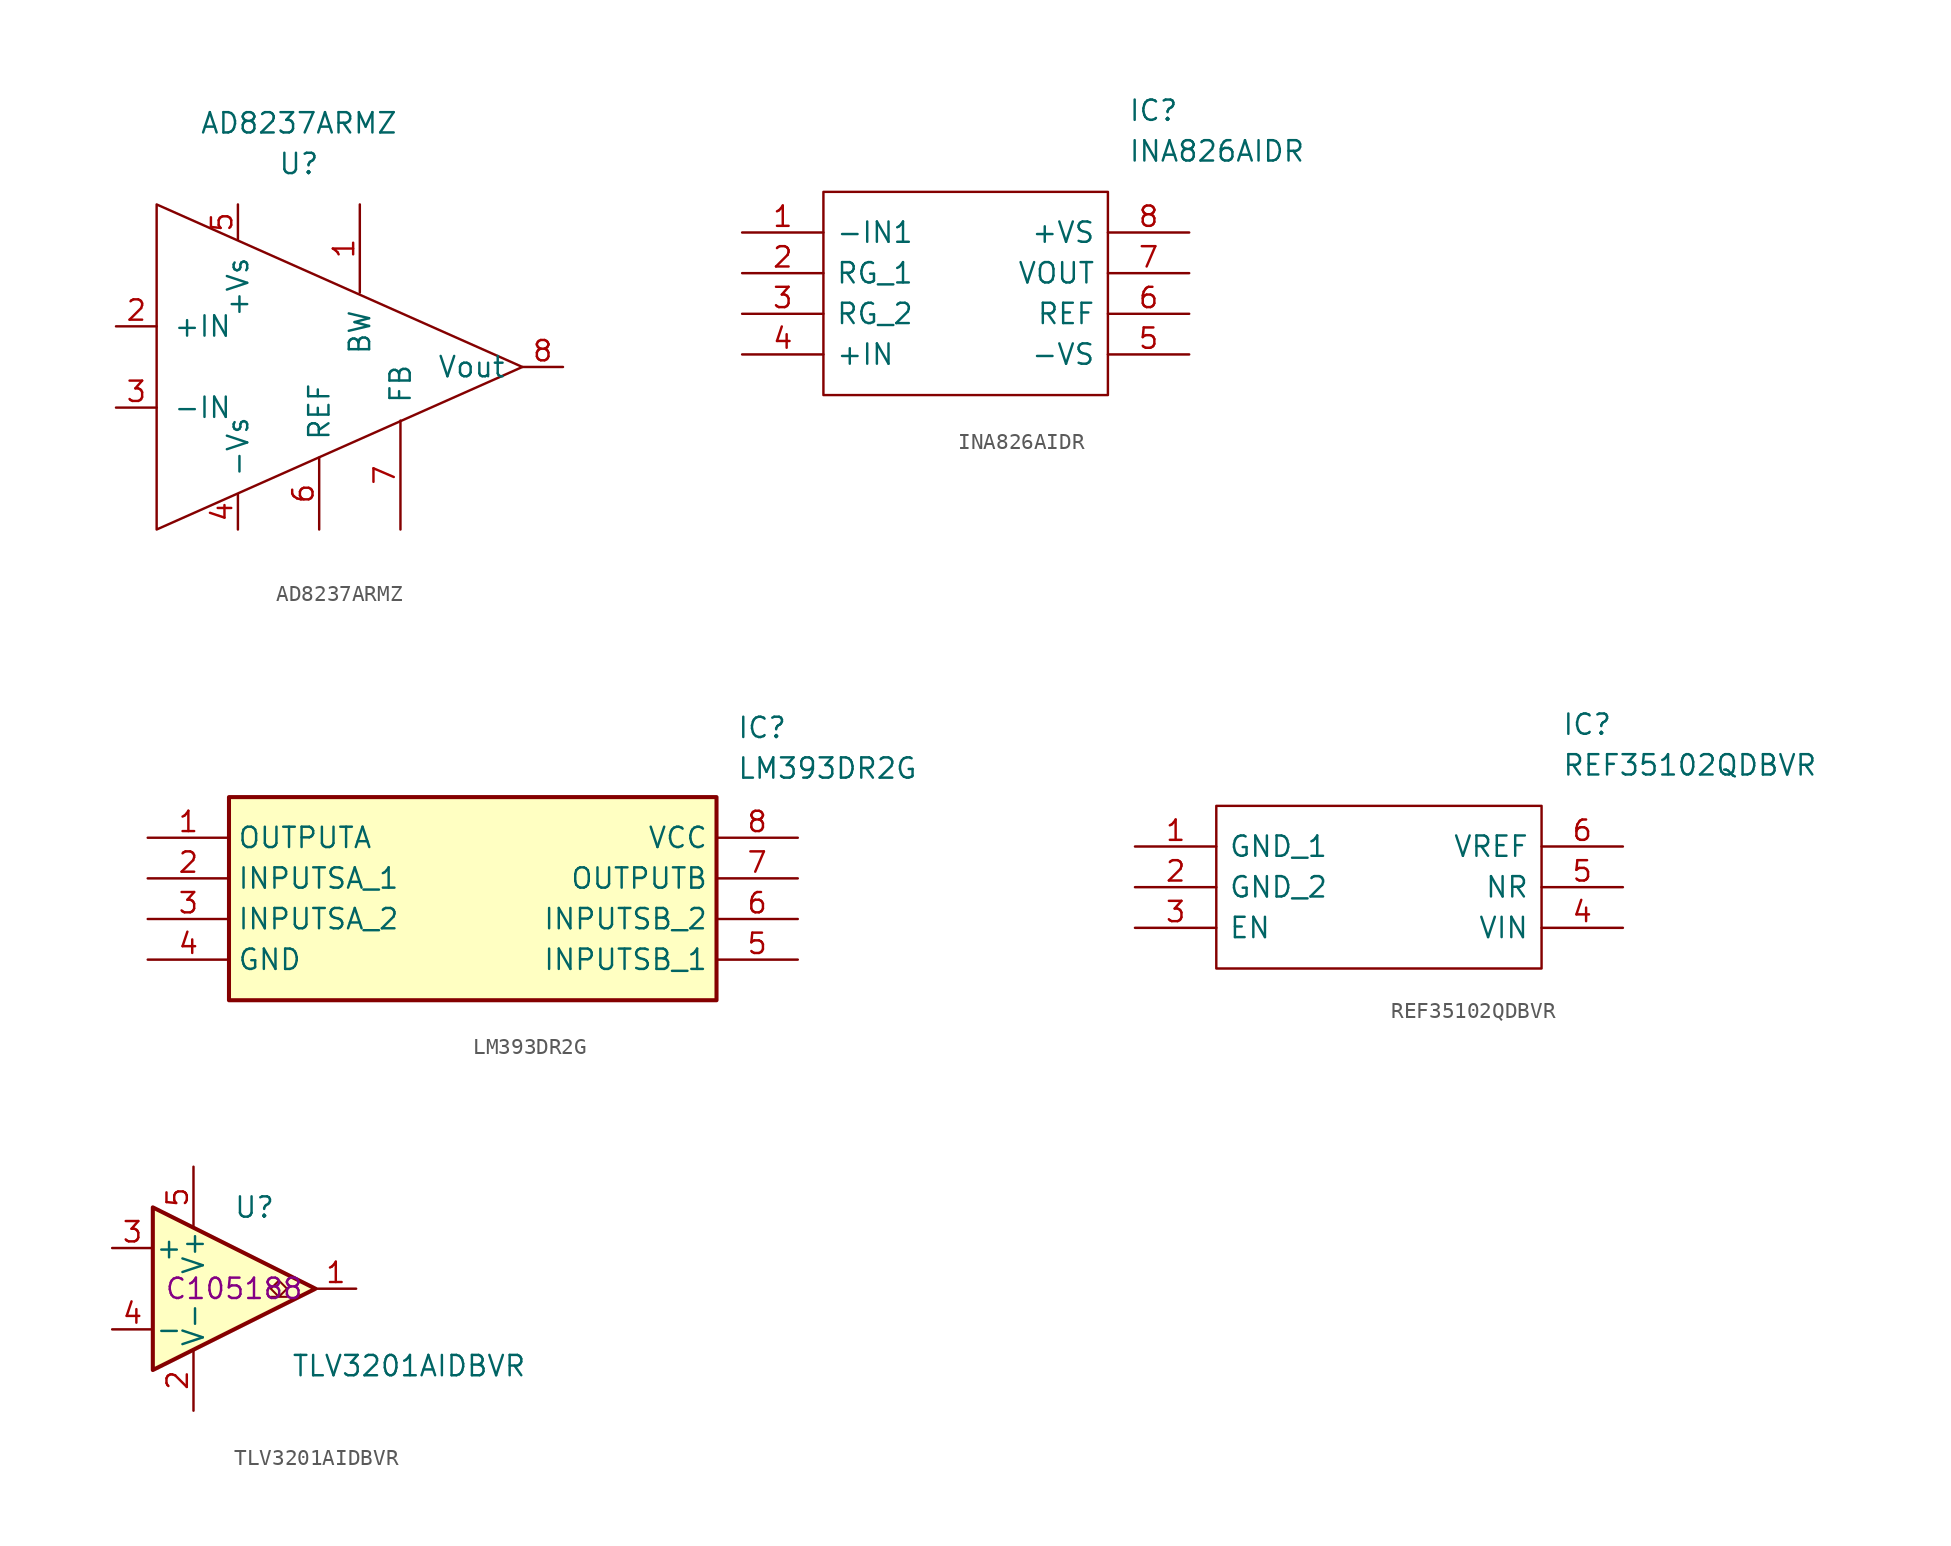
<source format=kicad_sym>
(kicad_symbol_lib
  (version 20231120)
  (generator "kicad_symbol_editor")
  (generator_version "8.0")
  (symbol "AD8237ARMZ"
    (pin_names
      (offset 1.016))
    (property "Reference" "U"
      (at 0 0 0)
      (effects (font (size 1.27 1.27))))
    (property "Value" "AD8237ARMZ"
      (at 0 2.54 0)
      (effects (font (size 1.27 1.27))))
    (symbol "AD8237ARMZ_1_1"
      (polyline (pts (xy -8.89 -2.54) (xy -8.89 -22.86) (xy 13.97 -12.7) (xy -8.89 -2.54)) (stroke (width 0) (type solid)) (fill (type none)))
      (pin input line (at 3.81 -2.54 270) (length 5.512) (name "BW" (effects (font (size 1.27 1.27)))) (number "1" (effects (font (size 1.27 1.27)))))
      (pin input line (at -11.43 -10.16 0) (length 2.54) (name "+IN" (effects (font (size 1.27 1.27)))) (number "2" (effects (font (size 1.27 1.27)))))
      (pin input line (at -11.43 -15.24 0) (length 2.54) (name "-IN" (effects (font (size 1.27 1.27)))) (number "3" (effects (font (size 1.27 1.27)))))
      (pin input line (at -3.81 -22.86 90) (length 2.21) (name "-Vs" (effects (font (size 1.27 1.27)))) (number "4" (effects (font (size 1.27 1.27)))))
      (pin input line (at -3.81 -2.54 270) (length 2.21) (name "+Vs" (effects (font (size 1.27 1.27)))) (number "5" (effects (font (size 1.27 1.27)))))
      (pin input line (at 1.27 -22.86 90) (length 4.496) (name "REF" (effects (font (size 1.27 1.27)))) (number "6" (effects (font (size 1.27 1.27)))))
      (pin input line (at 6.35 -22.86 90) (length 6.807) (name "FB" (effects (font (size 1.27 1.27)))) (number "7" (effects (font (size 1.27 1.27)))))
      (pin input line (at 16.51 -12.7 180) (length 2.54) (name "Vout" (effects (font (size 1.27 1.27)))) (number "8" (effects (font (size 1.27 1.27)))))))
  (symbol "INA826AIDR"
    (pin_names
      (offset 0.762))
    (property "Reference" "IC"
      (at 24.13 7.62 0)
      (effects (font (size 1.27 1.27)) (justify left)))
    (property "Value" "INA826AIDR"
      (at 24.13 5.08 0)
      (effects (font (size 1.27 1.27)) (justify left)))
    (symbol "INA826AIDR_0_0"
      (pin passive line (at 0 0 0) (length 5.08) (name "-IN1" (effects (font (size 1.27 1.27)))) (number "1" (effects (font (size 1.27 1.27)))))
      (pin passive line (at 0 -2.54 0) (length 5.08) (name "RG_1" (effects (font (size 1.27 1.27)))) (number "2" (effects (font (size 1.27 1.27)))))
      (pin passive line (at 0 -5.08 0) (length 5.08) (name "RG_2" (effects (font (size 1.27 1.27)))) (number "3" (effects (font (size 1.27 1.27)))))
      (pin passive line (at 0 -7.62 0) (length 5.08) (name "+IN" (effects (font (size 1.27 1.27)))) (number "4" (effects (font (size 1.27 1.27)))))
      (pin passive line (at 27.94 -7.62 180) (length 5.08) (name "-VS" (effects (font (size 1.27 1.27)))) (number "5" (effects (font (size 1.27 1.27)))))
      (pin passive line (at 27.94 -5.08 180) (length 5.08) (name "REF" (effects (font (size 1.27 1.27)))) (number "6" (effects (font (size 1.27 1.27)))))
      (pin passive line (at 27.94 -2.54 180) (length 5.08) (name "VOUT" (effects (font (size 1.27 1.27)))) (number "7" (effects (font (size 1.27 1.27)))))
      (pin passive line (at 27.94 0 180) (length 5.08) (name "+VS" (effects (font (size 1.27 1.27)))) (number "8" (effects (font (size 1.27 1.27))))))
    (symbol "INA826AIDR_0_1"
      (polyline (pts (xy 5.08 2.54) (xy 22.86 2.54) (xy 22.86 -10.16) (xy 5.08 -10.16) (xy 5.08 2.54)) (stroke (width 0.152) (type solid)) (fill (type none)))))
  (symbol "LM393DR2G"
    (property "Reference" "IC"
      (at 36.83 7.62 0)
      (effects (font (size 1.27 1.27)) (justify left top)))
    (property "Value" "LM393DR2G"
      (at 36.83 5.08 0)
      (effects (font (size 1.27 1.27)) (justify left top)))
    (symbol "LM393DR2G_1_1"
      (rectangle (start 5.08 2.54) (end 35.56 -10.16) (stroke (width 0.254) (type default)) (fill (type background)))
      (pin passive line (at 0 0 0) (length 5.08) (name "OUTPUTA" (effects (font (size 1.27 1.27)))) (number "1" (effects (font (size 1.27 1.27)))))
      (pin passive line (at 0 -2.54 0) (length 5.08) (name "INPUTSA_1" (effects (font (size 1.27 1.27)))) (number "2" (effects (font (size 1.27 1.27)))))
      (pin passive line (at 0 -5.08 0) (length 5.08) (name "INPUTSA_2" (effects (font (size 1.27 1.27)))) (number "3" (effects (font (size 1.27 1.27)))))
      (pin passive line (at 0 -7.62 0) (length 5.08) (name "GND" (effects (font (size 1.27 1.27)))) (number "4" (effects (font (size 1.27 1.27)))))
      (pin passive line (at 40.64 -7.62 180) (length 5.08) (name "INPUTSB_1" (effects (font (size 1.27 1.27)))) (number "5" (effects (font (size 1.27 1.27)))))
      (pin passive line (at 40.64 -5.08 180) (length 5.08) (name "INPUTSB_2" (effects (font (size 1.27 1.27)))) (number "6" (effects (font (size 1.27 1.27)))))
      (pin passive line (at 40.64 -2.54 180) (length 5.08) (name "OUTPUTB" (effects (font (size 1.27 1.27)))) (number "7" (effects (font (size 1.27 1.27)))))
      (pin passive line (at 40.64 0 180) (length 5.08) (name "VCC" (effects (font (size 1.27 1.27)))) (number "8" (effects (font (size 1.27 1.27)))))))
  (symbol "REF35102QDBVR"
    (pin_names
      (offset 0.762))
    (property "Reference" "IC"
      (at 26.67 7.62 0)
      (effects (font (size 1.27 1.27)) (justify left)))
    (property "Value" "REF35102QDBVR"
      (at 26.67 5.08 0)
      (effects (font (size 1.27 1.27)) (justify left)))
    (symbol "REF35102QDBVR_0_0"
      (pin passive line (at 0 0 0) (length 5.08) (name "GND_1" (effects (font (size 1.27 1.27)))) (number "1" (effects (font (size 1.27 1.27)))))
      (pin passive line (at 0 -2.54 0) (length 5.08) (name "GND_2" (effects (font (size 1.27 1.27)))) (number "2" (effects (font (size 1.27 1.27)))))
      (pin passive line (at 0 -5.08 0) (length 5.08) (name "EN" (effects (font (size 1.27 1.27)))) (number "3" (effects (font (size 1.27 1.27)))))
      (pin passive line (at 30.48 -5.08 180) (length 5.08) (name "VIN" (effects (font (size 1.27 1.27)))) (number "4" (effects (font (size 1.27 1.27)))))
      (pin passive line (at 30.48 -2.54 180) (length 5.08) (name "NR" (effects (font (size 1.27 1.27)))) (number "5" (effects (font (size 1.27 1.27)))))
      (pin passive line (at 30.48 0 180) (length 5.08) (name "VREF" (effects (font (size 1.27 1.27)))) (number "6" (effects (font (size 1.27 1.27))))))
    (symbol "REF35102QDBVR_0_1"
      (polyline (pts (xy 5.08 2.54) (xy 25.4 2.54) (xy 25.4 -7.62) (xy 5.08 -7.62) (xy 5.08 2.54)) (stroke (width 0.152) (type solid)) (fill (type none)))))
  (symbol "TLV3201AIDBVR"
    (pin_names
      (offset 0.127))
    (property "Reference" "U"
      (at 1.27 5.08 0)
      (effects (font (size 1.27 1.27))))
    (property "Value" "TLV3201AIDBVR"
      (at 10.922 -4.826 0)
      (effects (font (size 1.27 1.27))))
    (property "LCSC" "C105188"
      (at 0 0 0)
      (effects (font (size 1.27 1.27))))
    (symbol "TLV3201AIDBVR_0_1"
      (polyline (pts (xy -5.08 5.08) (xy 5.08 0) (xy -5.08 -5.08) (xy -5.08 5.08)) (stroke (width 0.254) (type default)) (fill (type background)))
      (polyline (pts (xy 3.302 -0.508) (xy 2.794 -0.508) (xy 3.302 0) (xy 2.794 0.508) (xy 2.286 0) (xy 2.794 -0.508) (xy 2.286 -0.508)) (stroke (width 0.127) (type default)) (fill (type none))))
    (symbol "TLV3201AIDBVR_1_1"
      (pin bidirectional line (at 7.62 0 180) (length 2.54) (name "~" (effects (font (size 1.27 1.27)))) (number "1" (effects (font (size 1.27 1.27)))))
      (pin power_in line (at -2.54 -7.62 90) (length 3.81) (name "V-" (effects (font (size 1.27 1.27)))) (number "2" (effects (font (size 1.27 1.27)))))
      (pin input line (at -7.62 2.54 0) (length 2.54) (name "+" (effects (font (size 1.27 1.27)))) (number "3" (effects (font (size 1.27 1.27)))))
      (pin input line (at -7.62 -2.54 0) (length 2.54) (name "-" (effects (font (size 1.27 1.27)))) (number "4" (effects (font (size 1.27 1.27)))))
      (pin power_in line (at -2.54 7.62 270) (length 3.81) (name "V+" (effects (font (size 1.27 1.27)))) (number "5" (effects (font (size 1.27 1.27))))))))
</source>
